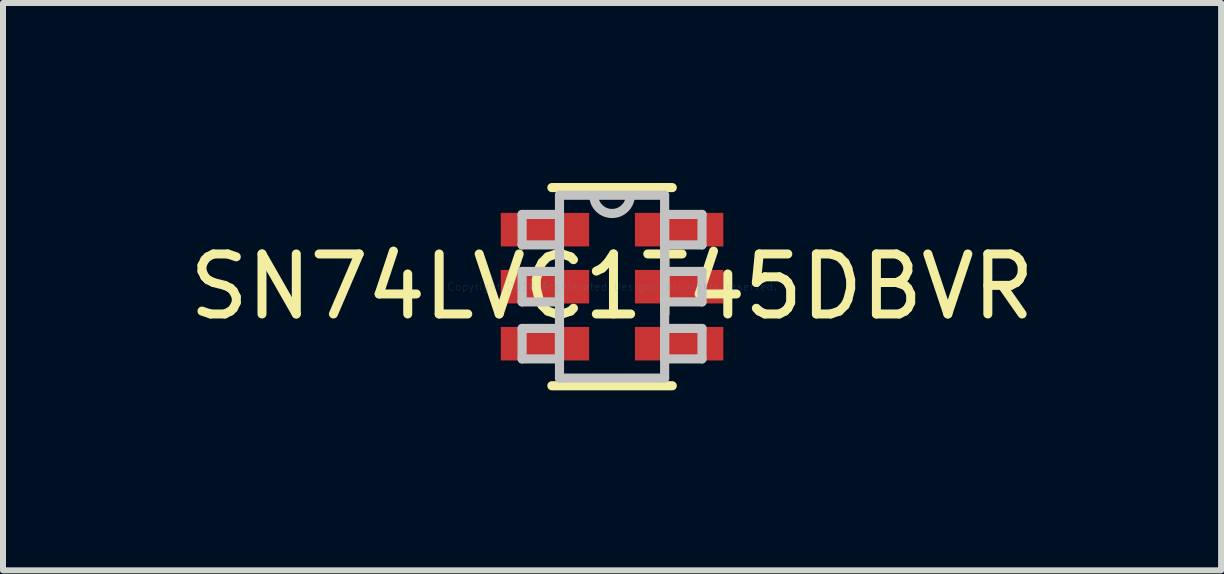
<source format=kicad_pcb>
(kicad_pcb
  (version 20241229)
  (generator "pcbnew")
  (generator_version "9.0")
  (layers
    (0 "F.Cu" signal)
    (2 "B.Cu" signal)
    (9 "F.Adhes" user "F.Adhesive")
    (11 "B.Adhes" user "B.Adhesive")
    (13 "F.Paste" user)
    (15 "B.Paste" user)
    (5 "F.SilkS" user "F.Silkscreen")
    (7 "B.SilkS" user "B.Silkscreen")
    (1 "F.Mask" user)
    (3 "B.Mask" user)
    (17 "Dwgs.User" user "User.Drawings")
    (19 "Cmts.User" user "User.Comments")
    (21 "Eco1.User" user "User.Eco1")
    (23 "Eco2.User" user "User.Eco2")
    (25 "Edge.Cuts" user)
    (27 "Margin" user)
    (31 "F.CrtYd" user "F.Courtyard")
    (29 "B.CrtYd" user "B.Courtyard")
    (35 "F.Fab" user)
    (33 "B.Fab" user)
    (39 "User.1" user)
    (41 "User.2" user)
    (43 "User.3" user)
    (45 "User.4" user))
  (footprint "SN74LVC1T45DBVR"
    (layer "F.Cu")
    (at 7.149 1.727)
    (property "Reference" "SN74LVC1T45DBVR" (at 0 0 0) (layer "F.SilkS") (effects (font (size 1 1) (thickness 0.15))))
    (attr through_hole)
    (fp_line (start -1.003 1.651) (end 1.003 1.651) (stroke (width 0.152) (type solid)) (layer "F.SilkS"))
    (fp_line (start 1.003 -1.651) (end -1.003 -1.651) (stroke (width 0.152) (type solid)) (layer "F.SilkS"))
    (fp_line (start -1.499 -1.204) (end -1.499 -0.696) (stroke (width 0.152) (type solid)) (layer "Dwgs.User"))
    (fp_line (start -1.499 -0.696) (end -0.876 -0.696) (stroke (width 0.152) (type solid)) (layer "Dwgs.User"))
    (fp_line (start -1.499 -0.254) (end -1.499 0.254) (stroke (width 0.152) (type solid)) (layer "Dwgs.User"))
    (fp_line (start -1.499 0.254) (end -0.876 0.254) (stroke (width 0.152) (type solid)) (layer "Dwgs.User"))
    (fp_line (start -1.499 0.696) (end -1.499 1.204) (stroke (width 0.152) (type solid)) (layer "Dwgs.User"))
    (fp_line (start -1.499 1.204) (end -0.876 1.204) (stroke (width 0.152) (type solid)) (layer "Dwgs.User"))
    (fp_line (start -0.876 -1.524) (end -0.876 1.524) (stroke (width 0.152) (type solid)) (layer "Dwgs.User"))
    (fp_line (start -0.876 -1.204) (end -1.499 -1.204) (stroke (width 0.152) (type solid)) (layer "Dwgs.User"))
    (fp_line (start -0.876 -0.696) (end -0.876 -1.204) (stroke (width 0.152) (type solid)) (layer "Dwgs.User"))
    (fp_line (start -0.876 -0.254) (end -1.499 -0.254) (stroke (width 0.152) (type solid)) (layer "Dwgs.User"))
    (fp_line (start -0.876 0.254) (end -0.876 -0.254) (stroke (width 0.152) (type solid)) (layer "Dwgs.User"))
    (fp_line (start -0.876 0.696) (end -1.499 0.696) (stroke (width 0.152) (type solid)) (layer "Dwgs.User"))
    (fp_line (start -0.876 1.204) (end -0.876 0.696) (stroke (width 0.152) (type solid)) (layer "Dwgs.User"))
    (fp_line (start -0.876 1.524) (end 0.876 1.524) (stroke (width 0.152) (type solid)) (layer "Dwgs.User"))
    (fp_line (start 0.876 -1.524) (end -0.876 -1.524) (stroke (width 0.152) (type solid)) (layer "Dwgs.User"))
    (fp_line (start 0.876 -1.204) (end 0.876 -0.696) (stroke (width 0.152) (type solid)) (layer "Dwgs.User"))
    (fp_line (start 0.876 -0.696) (end 1.499 -0.696) (stroke (width 0.152) (type solid)) (layer "Dwgs.User"))
    (fp_line (start 0.876 -0.254) (end 0.876 0.254) (stroke (width 0.152) (type solid)) (layer "Dwgs.User"))
    (fp_line (start 0.876 0.254) (end 1.499 0.254) (stroke (width 0.152) (type solid)) (layer "Dwgs.User"))
    (fp_line (start 0.876 0.696) (end 0.876 1.204) (stroke (width 0.152) (type solid)) (layer "Dwgs.User"))
    (fp_line (start 0.876 1.204) (end 1.499 1.204) (stroke (width 0.152) (type solid)) (layer "Dwgs.User"))
    (fp_line (start 0.876 1.524) (end 0.876 -1.524) (stroke (width 0.152) (type solid)) (layer "Dwgs.User"))
    (fp_line (start 1.499 -1.204) (end 0.876 -1.204) (stroke (width 0.152) (type solid)) (layer "Dwgs.User"))
    (fp_line (start 1.499 -0.696) (end 1.499 -1.204) (stroke (width 0.152) (type solid)) (layer "Dwgs.User"))
    (fp_line (start 1.499 -0.254) (end 0.876 -0.254) (stroke (width 0.152) (type solid)) (layer "Dwgs.User"))
    (fp_line (start 1.499 0.254) (end 1.499 -0.254) (stroke (width 0.152) (type solid)) (layer "Dwgs.User"))
    (fp_line (start 1.499 0.696) (end 0.876 0.696) (stroke (width 0.152) (type solid)) (layer "Dwgs.User"))
    (fp_line (start 1.499 1.204) (end 1.499 0.696) (stroke (width 0.152) (type solid)) (layer "Dwgs.User"))
    (fp_arc (start 0.3048 -1.524) (mid 0 -1.2192) (end -0.3048 -1.524) (stroke (width 0.1524) (type solid)) (layer "Dwgs.User"))
    (fp_text user "Copyright 2016 Accelerated Designs. All rights reserved." (at 0 0 0) (layer "Cmts.User") (effects (font (size 0.127 0.127) (thickness 0.002))))
    (pad "1" smd rect (at -1.118 -0.95) (size 1.473 0.559) (layers "F.Cu" "F.Mask" "F.Paste"))
    (pad "2" smd rect (at -1.118 0) (size 1.473 0.559) (layers "F.Cu" "F.Mask" "B.Paste"))
    (pad "3" smd rect (at -1.118 0.95) (size 1.473 0.559) (layers "F.Cu" "F.Mask" "F.Paste"))
    (pad "4" smd rect (at 1.118 0.95) (size 1.473 0.559) (layers "F.Cu" "F.Mask" "F.Paste"))
    (pad "5" smd rect (at 1.118 0) (size 1.473 0.559) (layers "F.Cu" "F.Mask" "B.Paste"))
    (pad "6" smd rect (at 1.118 -0.95) (size 1.473 0.559) (layers "F.Cu" "F.Mask" "F.Paste")))
  (gr_rect
    (start -3 -3)
    (end 17.298 6.454)
    (stroke (width 0.1) (type default))
    (fill no)
    (layer "Edge.Cuts")))
</source>
